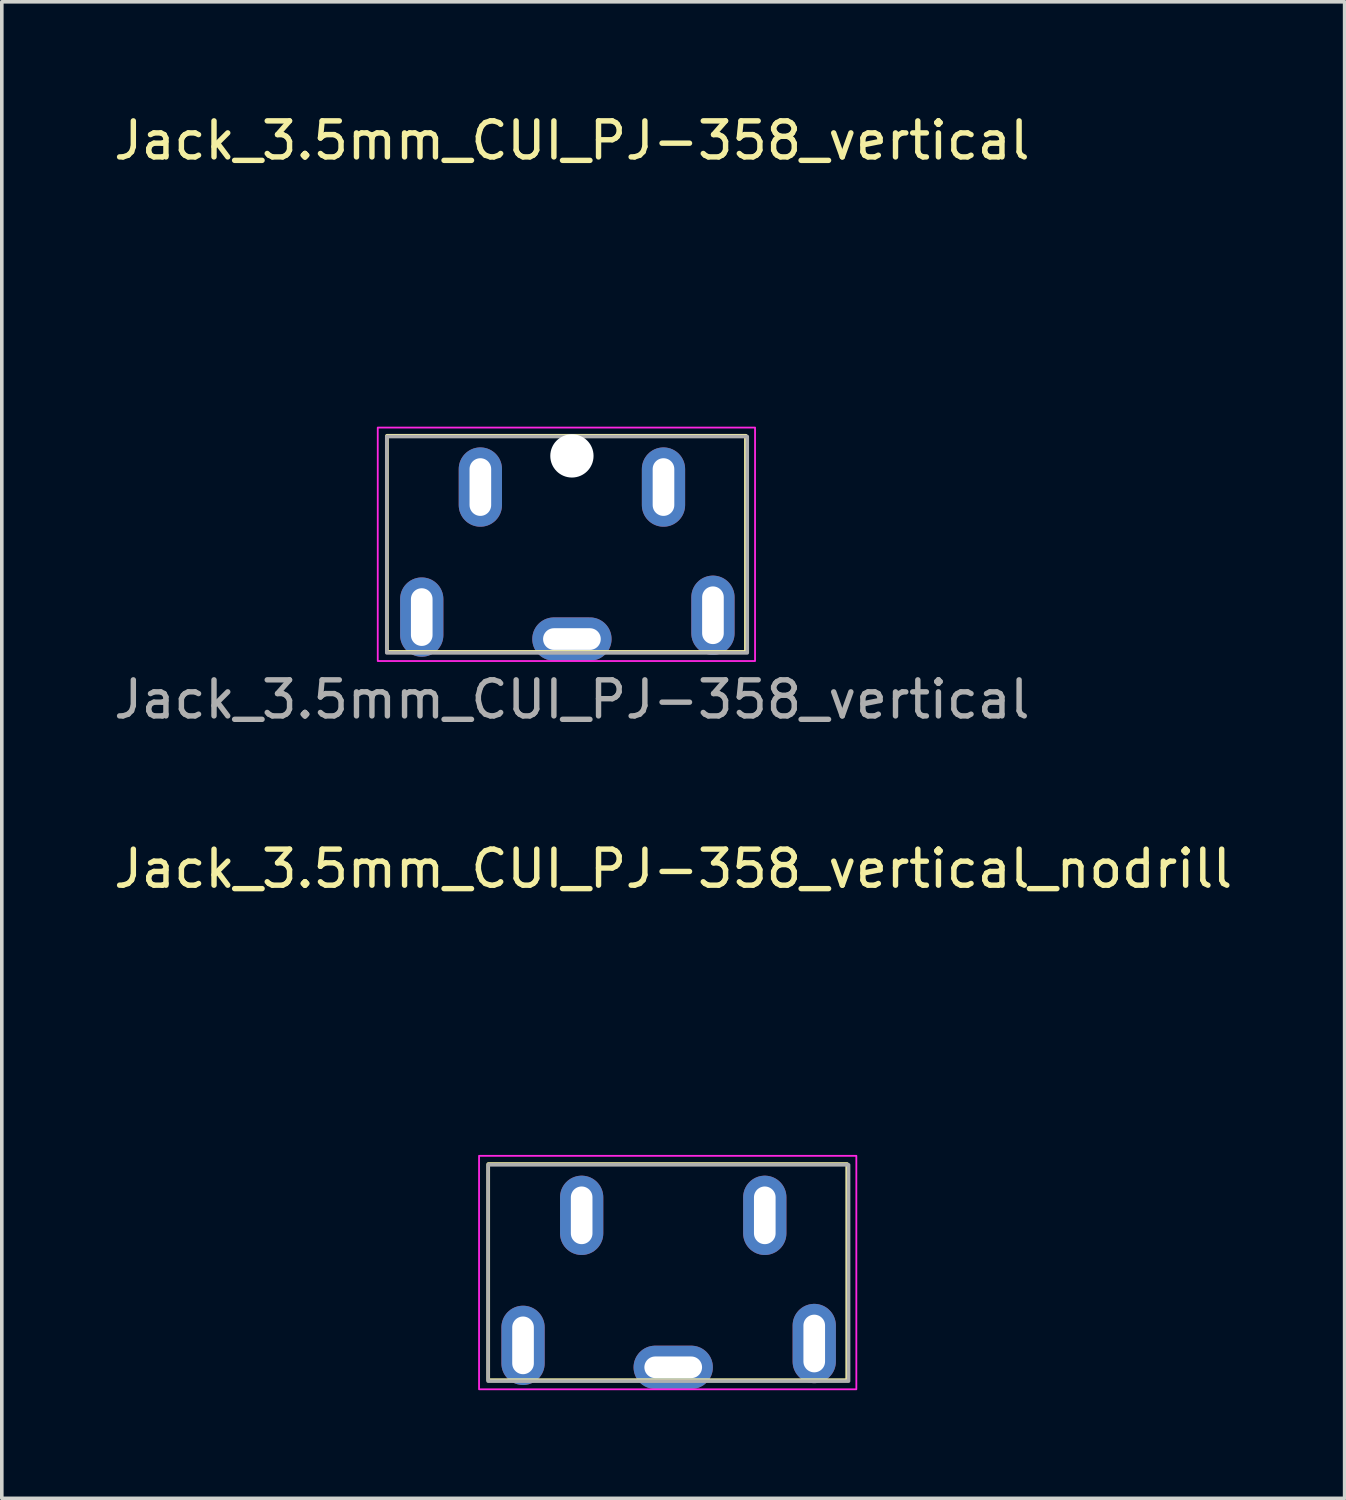
<source format=kicad_pcb>
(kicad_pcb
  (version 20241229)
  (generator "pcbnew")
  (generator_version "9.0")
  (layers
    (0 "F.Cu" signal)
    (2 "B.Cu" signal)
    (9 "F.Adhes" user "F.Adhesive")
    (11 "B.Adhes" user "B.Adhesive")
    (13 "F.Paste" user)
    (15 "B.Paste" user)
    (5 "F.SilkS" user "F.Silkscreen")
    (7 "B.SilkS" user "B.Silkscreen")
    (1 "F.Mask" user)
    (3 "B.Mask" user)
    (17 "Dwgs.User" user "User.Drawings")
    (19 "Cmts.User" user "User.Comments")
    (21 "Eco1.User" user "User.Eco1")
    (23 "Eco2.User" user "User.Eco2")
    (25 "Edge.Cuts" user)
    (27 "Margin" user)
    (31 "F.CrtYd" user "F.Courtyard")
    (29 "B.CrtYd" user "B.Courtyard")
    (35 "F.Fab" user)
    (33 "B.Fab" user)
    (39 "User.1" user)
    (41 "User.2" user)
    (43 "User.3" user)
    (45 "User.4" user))
  (footprint "Jack_3.5mm_CUI_PJ-358_vertical"
    (layer "F.Cu")
    (at 12.815 9.648)
    (property "Reference" "Jack_3.5mm_CUI_PJ-358_vertical" (at 0 -8.8 0) (layer "F.SilkS") (effects (font (size 1 1) (thickness 0.15))))
    (attr through_hole exclude_from_pos_files)
    (fp_rect (start -5.131 -0.61) (end 4.826 5.385) (stroke (width 0.1) (type default)) (fill no) (layer "F.SilkS"))
    (fp_poly (pts (xy -5.386 -0.838) (xy 5.08 -0.838) (xy 5.08 5.639) (xy -5.386 5.639)) (stroke (width 0.05) (type default)) (fill no) (layer "F.CrtYd"))
    (fp_poly (pts (xy -5.136 -0.588) (xy 4.864 -0.588) (xy 4.864 5.412) (xy -5.136 5.412)) (stroke (width 0.1) (type solid)) (fill no) (layer "F.Fab"))
    (fp_text user "${REFERENCE}" (at 0 6.706 0) (layer "F.Fab") (effects (font (size 1 1) (thickness 0.15))))
    (pad "" np_thru_hole circle (at 0 -0.051) (size 1.2 1.2) (drill 1.2) (layers "*.Cu" "*.Mask"))
    (pad "R" thru_hole oval (at -4.166 4.42) (size 1.2 2.2) (drill oval 0.6 1.6) (layers "*.Cu" "*.Mask"))
    (pad "RN" thru_hole oval (at -2.54 0.813) (size 1.2 2.2) (drill oval 0.6 1.6) (layers "*.Cu" "*.Mask"))
    (pad "S" thru_hole oval (at 0 5.029) (size 2.2 1.2) (drill oval 1.6 0.6) (layers "*.Cu" "*.Mask"))
    (pad "T" thru_hole oval (at 3.912 4.369 180) (size 1.2 2.2) (drill oval 0.6 1.6) (layers "*.Cu" "*.Mask"))
    (pad "TN" thru_hole oval (at 2.54 0.813 180) (size 1.2 2.2) (drill oval 0.6 1.6) (layers "*.Cu" "*.Mask")))
  (footprint "Jack_3.5mm_CUI_PJ-358_vertical_nodrill"
    (layer "F.Cu")
    (at 15.625 29.85)
    (property "Reference" "Jack_3.5mm_CUI_PJ-358_vertical_nodrill" (at 0 -8.8 0) (layer "F.SilkS") (effects (font (size 1 1) (thickness 0.15))))
    (attr through_hole exclude_from_pos_files dnp)
    (fp_rect (start -5.131 -0.61) (end 4.826 5.385) (stroke (width 0.1) (type default)) (fill no) (layer "F.SilkS"))
    (fp_poly (pts (xy -5.386 -0.838) (xy 5.08 -0.838) (xy 5.08 5.639) (xy -5.386 5.639)) (stroke (width 0.05) (type default)) (fill no) (layer "F.CrtYd"))
    (fp_poly (pts (xy -5.136 -0.588) (xy 4.864 -0.588) (xy 4.864 5.412) (xy -5.136 5.412)) (stroke (width 0.1) (type solid)) (fill no) (layer "F.Fab"))
    (pad "R" thru_hole oval (at -4.166 4.42) (size 1.2 2.2) (drill oval 0.6 1.6) (layers "*.Cu" "*.Mask"))
    (pad "RN" thru_hole oval (at -2.54 0.813) (size 1.2 2.2) (drill oval 0.6 1.6) (layers "*.Cu" "*.Mask"))
    (pad "S" thru_hole oval (at 0 5.029) (size 2.2 1.2) (drill oval 1.6 0.6) (layers "*.Cu" "*.Mask"))
    (pad "T" thru_hole oval (at 3.912 4.369 180) (size 1.2 2.2) (drill oval 0.6 1.6) (layers "*.Cu" "*.Mask"))
    (pad "TN" thru_hole oval (at 2.54 0.813 180) (size 1.2 2.2) (drill oval 0.6 1.6) (layers "*.Cu" "*.Mask")))
  (gr_rect
    (start -3 -3)
    (end 34.25 38.514)
    (stroke (width 0.1) (type default))
    (fill no)
    (layer "Edge.Cuts")))
</source>
